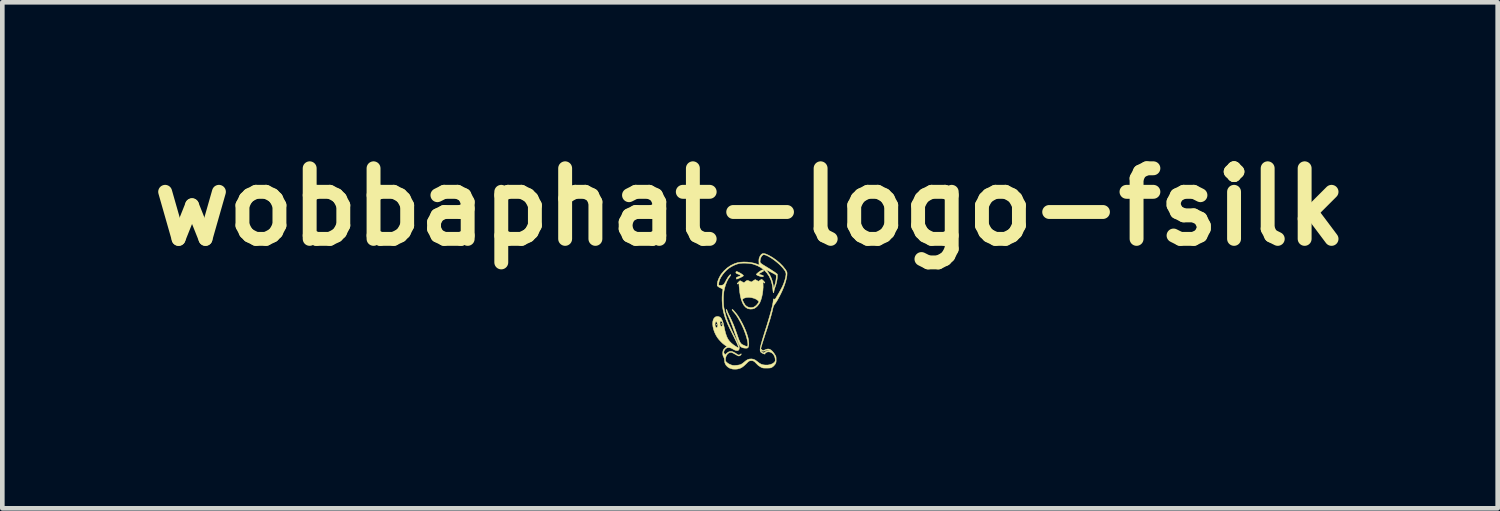
<source format=kicad_pcb>
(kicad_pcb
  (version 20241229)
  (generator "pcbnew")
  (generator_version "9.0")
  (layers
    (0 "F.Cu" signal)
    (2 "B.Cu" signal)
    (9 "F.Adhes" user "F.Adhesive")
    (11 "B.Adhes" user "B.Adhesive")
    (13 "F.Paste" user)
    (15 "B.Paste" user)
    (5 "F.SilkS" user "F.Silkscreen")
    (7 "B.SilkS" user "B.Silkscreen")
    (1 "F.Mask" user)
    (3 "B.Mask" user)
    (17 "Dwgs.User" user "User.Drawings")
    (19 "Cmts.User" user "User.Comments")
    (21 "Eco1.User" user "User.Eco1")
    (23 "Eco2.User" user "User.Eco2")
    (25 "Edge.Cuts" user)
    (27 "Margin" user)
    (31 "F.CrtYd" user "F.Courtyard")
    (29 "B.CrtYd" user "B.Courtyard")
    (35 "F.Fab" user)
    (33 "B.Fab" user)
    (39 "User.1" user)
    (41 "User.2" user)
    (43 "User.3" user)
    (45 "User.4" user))
  (footprint "wobbaphat-logo-fsilk"
    (layer "F.Cu")
    (at 13.143 3.668)
    (property "Reference" "wobbaphat-logo-fsilk" (at 0 -2.25 0) (layer "F.SilkS") (effects (font (size 1.524 1.524) (thickness 0.3))))
    (attr through_hole)
    (fp_poly (pts (xy -0.725 0.288) (xy -0.718 0.294) (xy -0.717 0.296) (xy -0.723 0.299) (xy -0.725 0.299) (xy -0.732 0.293) (xy -0.732 0.291) (xy -0.728 0.286) (xy -0.725 0.288)) (stroke (width 0.01) (type solid)) (fill yes) (layer "F.SilkS"))
    (fp_poly (pts (xy -0.62 0.265) (xy -0.613 0.275) (xy -0.613 0.277) (xy -0.618 0.284) (xy -0.62 0.284) (xy -0.627 0.278) (xy -0.628 0.272) (xy -0.624 0.265) (xy -0.62 0.265)) (stroke (width 0.01) (type solid)) (fill yes) (layer "F.SilkS"))
    (fp_poly (pts (xy -0.283 -0.855) (xy -0.261 -0.847) (xy -0.235 -0.834) (xy -0.207 -0.819) (xy -0.18 -0.802) (xy -0.158 -0.786) (xy -0.145 -0.773) (xy -0.142 -0.767) (xy -0.146 -0.76) (xy -0.16 -0.75) (xy -0.185 -0.736) (xy -0.222 -0.719) (xy -0.252 -0.705) (xy -0.274 -0.696) (xy -0.286 -0.692) (xy -0.292 -0.694) (xy -0.295 -0.702) (xy -0.295 -0.702) (xy -0.297 -0.715) (xy -0.294 -0.724) (xy -0.281 -0.733) (xy -0.258 -0.743) (xy -0.247 -0.747) (xy -0.223 -0.757) (xy -0.205 -0.765) (xy -0.198 -0.77) (xy -0.203 -0.775) (xy -0.219 -0.783) (xy -0.242 -0.793) (xy -0.25 -0.797) (xy -0.279 -0.808) (xy -0.296 -0.817) (xy -0.304 -0.826) (xy -0.306 -0.835) (xy -0.302 -0.85) (xy -0.296 -0.856) (xy -0.283 -0.855)) (stroke (width 0.01) (type solid)) (fill yes) (layer "F.SilkS"))
    (fp_poly (pts (xy 0.284 -0.892) (xy 0.29 -0.884) (xy 0.291 -0.882) (xy 0.294 -0.872) (xy 0.29 -0.864) (xy 0.275 -0.855) (xy 0.263 -0.848) (xy 0.238 -0.835) (xy 0.214 -0.821) (xy 0.206 -0.815) (xy 0.195 -0.808) (xy 0.19 -0.802) (xy 0.194 -0.798) (xy 0.207 -0.793) (xy 0.233 -0.785) (xy 0.249 -0.781) (xy 0.274 -0.773) (xy 0.287 -0.765) (xy 0.29 -0.757) (xy 0.29 -0.756) (xy 0.281 -0.745) (xy 0.261 -0.743) (xy 0.229 -0.749) (xy 0.198 -0.759) (xy 0.166 -0.771) (xy 0.147 -0.781) (xy 0.138 -0.788) (xy 0.138 -0.797) (xy 0.145 -0.807) (xy 0.146 -0.807) (xy 0.168 -0.827) (xy 0.197 -0.85) (xy 0.228 -0.87) (xy 0.255 -0.885) (xy 0.257 -0.885) (xy 0.274 -0.892) (xy 0.284 -0.892)) (stroke (width 0.01) (type solid)) (fill yes) (layer "F.SilkS"))
    (fp_poly (pts (xy -0.372 -0.032) (xy -0.356 -0.017) (xy -0.336 0.005) (xy -0.313 0.032) (xy -0.29 0.061) (xy -0.269 0.089) (xy -0.26 0.101) (xy -0.211 0.182) (xy -0.163 0.269) (xy -0.12 0.359) (xy -0.083 0.449) (xy -0.054 0.534) (xy -0.044 0.568) (xy -0.034 0.614) (xy -0.028 0.661) (xy -0.026 0.705) (xy -0.029 0.743) (xy -0.035 0.771) (xy -0.039 0.779) (xy -0.049 0.791) (xy -0.06 0.797) (xy -0.078 0.799) (xy -0.095 0.799) (xy -0.132 0.796) (xy -0.165 0.787) (xy -0.169 0.785) (xy -0.184 0.778) (xy -0.197 0.769) (xy -0.21 0.757) (xy -0.221 0.742) (xy -0.234 0.721) (xy -0.247 0.693) (xy -0.262 0.658) (xy -0.279 0.613) (xy -0.299 0.558) (xy -0.323 0.49) (xy -0.34 0.441) (xy -0.368 0.362) (xy -0.393 0.293) (xy -0.417 0.23) (xy -0.442 0.169) (xy -0.469 0.107) (xy -0.488 0.064) (xy -0.503 0.028) (xy -0.512 -0.002) (xy -0.516 -0.024) (xy -0.513 -0.036) (xy -0.509 -0.037) (xy -0.503 -0.031) (xy -0.496 -0.015) (xy -0.494 -0.008) (xy -0.488 0.009) (xy -0.476 0.036) (xy -0.461 0.07) (xy -0.442 0.108) (xy -0.432 0.128) (xy -0.405 0.184) (xy -0.382 0.236) (xy -0.359 0.288) (xy -0.338 0.342) (xy -0.315 0.404) (xy -0.289 0.475) (xy -0.28 0.501) (xy -0.26 0.559) (xy -0.243 0.606) (xy -0.229 0.641) (xy -0.216 0.668) (xy -0.204 0.688) (xy -0.191 0.703) (xy -0.177 0.715) (xy -0.16 0.725) (xy -0.149 0.73) (xy -0.121 0.743) (xy -0.095 0.754) (xy -0.077 0.759) (xy -0.06 0.761) (xy -0.052 0.755) (xy -0.048 0.743) (xy -0.046 0.714) (xy -0.049 0.675) (xy -0.059 0.626) (xy -0.073 0.57) (xy -0.092 0.509) (xy -0.115 0.445) (xy -0.14 0.38) (xy -0.169 0.316) (xy -0.184 0.284) (xy -0.227 0.202) (xy -0.268 0.132) (xy -0.307 0.074) (xy -0.346 0.026) (xy -0.351 0.02) (xy -0.375 -0.008) (xy -0.387 -0.026) (xy -0.387 -0.036) (xy -0.382 -0.037) (xy -0.372 -0.032)) (stroke (width 0.01) (type solid)) (fill yes) (layer "F.SilkS"))
    (fp_poly (pts (xy 0.26 -0.682) (xy 0.275 -0.669) (xy 0.292 -0.652) (xy 0.308 -0.634) (xy 0.319 -0.619) (xy 0.321 -0.613) (xy 0.317 -0.606) (xy 0.306 -0.611) (xy 0.295 -0.62) (xy 0.279 -0.636) (xy 0.282 -0.581) (xy 0.283 -0.515) (xy 0.278 -0.444) (xy 0.268 -0.372) (xy 0.253 -0.302) (xy 0.234 -0.239) (xy 0.213 -0.187) (xy 0.212 -0.185) (xy 0.189 -0.148) (xy 0.159 -0.111) (xy 0.126 -0.081) (xy 0.094 -0.06) (xy 0.094 -0.06) (xy 0.054 -0.048) (xy 0.009 -0.045) (xy -0.035 -0.052) (xy -0.058 -0.06) (xy -0.098 -0.088) (xy -0.133 -0.127) (xy -0.162 -0.179) (xy -0.187 -0.244) (xy -0.19 -0.252) (xy -0.164 -0.252) (xy -0.161 -0.238) (xy -0.151 -0.215) (xy -0.138 -0.188) (xy -0.123 -0.162) (xy -0.109 -0.139) (xy -0.102 -0.13) (xy -0.068 -0.1) (xy -0.026 -0.082) (xy 0.019 -0.075) (xy 0.064 -0.081) (xy 0.087 -0.09) (xy 0.119 -0.111) (xy 0.15 -0.141) (xy 0.176 -0.175) (xy 0.183 -0.186) (xy 0.19 -0.201) (xy 0.188 -0.212) (xy 0.178 -0.224) (xy 0.174 -0.228) (xy 0.134 -0.257) (xy 0.086 -0.278) (xy 0.032 -0.292) (xy -0.022 -0.298) (xy -0.075 -0.295) (xy -0.121 -0.283) (xy -0.133 -0.277) (xy -0.151 -0.266) (xy -0.163 -0.256) (xy -0.164 -0.252) (xy -0.19 -0.252) (xy -0.208 -0.322) (xy -0.223 -0.414) (xy -0.234 -0.519) (xy -0.236 -0.539) (xy -0.24 -0.605) (xy -0.258 -0.593) (xy -0.271 -0.585) (xy -0.276 -0.587) (xy -0.276 -0.592) (xy -0.271 -0.602) (xy -0.259 -0.617) (xy -0.243 -0.634) (xy -0.228 -0.648) (xy -0.216 -0.657) (xy -0.214 -0.657) (xy -0.207 -0.654) (xy -0.19 -0.646) (xy -0.171 -0.635) (xy -0.131 -0.613) (xy -0.1 -0.639) (xy -0.078 -0.656) (xy -0.06 -0.663) (xy -0.042 -0.661) (xy -0.018 -0.651) (xy -0.009 -0.647) (xy 0.027 -0.629) (xy 0.069 -0.656) (xy 0.112 -0.682) (xy 0.148 -0.663) (xy 0.183 -0.644) (xy 0.213 -0.665) (xy 0.232 -0.678) (xy 0.247 -0.686) (xy 0.251 -0.687) (xy 0.26 -0.682)) (stroke (width 0.01) (type solid)) (fill yes) (layer "F.SilkS"))
    (fp_poly (pts (xy 0.334 -1.236) (xy 0.377 -1.218) (xy 0.406 -1.204) (xy 0.487 -1.158) (xy 0.566 -1.102) (xy 0.641 -1.039) (xy 0.707 -0.972) (xy 0.761 -0.905) (xy 0.779 -0.877) (xy 0.791 -0.858) (xy 0.797 -0.841) (xy 0.799 -0.822) (xy 0.799 -0.803) (xy 0.796 -0.761) (xy 0.786 -0.709) (xy 0.771 -0.649) (xy 0.751 -0.584) (xy 0.736 -0.542) (xy 0.717 -0.493) (xy 0.694 -0.439) (xy 0.667 -0.382) (xy 0.638 -0.325) (xy 0.61 -0.272) (xy 0.583 -0.225) (xy 0.559 -0.187) (xy 0.548 -0.172) (xy 0.529 -0.145) (xy 0.515 -0.123) (xy 0.505 -0.101) (xy 0.497 -0.074) (xy 0.488 -0.037) (xy 0.478 0.008) (xy 0.466 0.055) (xy 0.452 0.105) (xy 0.436 0.162) (xy 0.416 0.225) (xy 0.393 0.297) (xy 0.367 0.381) (xy 0.336 0.474) (xy 0.316 0.534) (xy 0.298 0.592) (xy 0.281 0.644) (xy 0.266 0.69) (xy 0.255 0.728) (xy 0.247 0.754) (xy 0.243 0.766) (xy 0.232 0.811) (xy 0.254 0.833) (xy 0.269 0.846) (xy 0.28 0.851) (xy 0.294 0.848) (xy 0.301 0.845) (xy 0.337 0.83) (xy 0.364 0.821) (xy 0.384 0.817) (xy 0.401 0.817) (xy 0.418 0.821) (xy 0.42 0.821) (xy 0.45 0.837) (xy 0.482 0.865) (xy 0.515 0.905) (xy 0.546 0.953) (xy 0.556 0.97) (xy 0.561 0.989) (xy 0.563 1.013) (xy 0.564 1.046) (xy 0.564 1.079) (xy 0.561 1.102) (xy 0.556 1.12) (xy 0.547 1.138) (xy 0.541 1.147) (xy 0.512 1.182) (xy 0.482 1.206) (xy 0.466 1.216) (xy 0.451 1.222) (xy 0.435 1.226) (xy 0.414 1.228) (xy 0.384 1.229) (xy 0.359 1.229) (xy 0.322 1.229) (xy 0.295 1.228) (xy 0.275 1.225) (xy 0.259 1.22) (xy 0.241 1.211) (xy 0.225 1.203) (xy 0.179 1.172) (xy 0.137 1.131) (xy 0.108 1.101) (xy 0.083 1.081) (xy 0.058 1.071) (xy 0.03 1.069) (xy 0.015 1.07) (xy -0.002 1.072) (xy -0.015 1.076) (xy -0.029 1.084) (xy -0.046 1.098) (xy -0.068 1.12) (xy -0.085 1.137) (xy -0.133 1.182) (xy -0.177 1.215) (xy -0.22 1.236) (xy -0.265 1.248) (xy -0.301 1.252) (xy -0.333 1.252) (xy -0.364 1.251) (xy -0.386 1.248) (xy -0.441 1.23) (xy -0.486 1.201) (xy -0.52 1.164) (xy -0.543 1.118) (xy -0.552 1.065) (xy -0.552 1.055) (xy -0.556 1.021) (xy -0.566 0.996) (xy -0.569 0.991) (xy -0.583 0.962) (xy -0.589 0.926) (xy -0.589 0.887) (xy -0.582 0.852) (xy -0.577 0.84) (xy -0.557 0.809) (xy -0.532 0.787) (xy -0.513 0.775) (xy -0.491 0.764) (xy -0.527 0.744) (xy -0.56 0.72) (xy -0.599 0.688) (xy -0.638 0.649) (xy -0.674 0.609) (xy -0.704 0.57) (xy -0.707 0.566) (xy -0.741 0.508) (xy -0.768 0.449) (xy -0.788 0.39) (xy -0.801 0.332) (xy -0.806 0.277) (xy -0.806 0.276) (xy -0.755 0.276) (xy -0.754 0.306) (xy -0.746 0.334) (xy -0.738 0.35) (xy -0.725 0.357) (xy -0.712 0.352) (xy -0.703 0.336) (xy -0.702 0.331) (xy -0.699 0.305) (xy -0.702 0.278) (xy -0.706 0.265) (xy -0.648 0.265) (xy -0.648 0.271) (xy -0.642 0.3) (xy -0.633 0.319) (xy -0.621 0.328) (xy -0.609 0.325) (xy -0.599 0.309) (xy -0.596 0.3) (xy -0.594 0.272) (xy -0.6 0.243) (xy -0.613 0.22) (xy -0.618 0.216) (xy -0.63 0.211) (xy -0.641 0.22) (xy -0.647 0.238) (xy -0.648 0.265) (xy -0.706 0.265) (xy -0.709 0.255) (xy -0.718 0.236) (xy -0.728 0.226) (xy -0.739 0.228) (xy -0.74 0.229) (xy -0.751 0.249) (xy -0.755 0.276) (xy -0.806 0.276) (xy -0.804 0.228) (xy -0.794 0.185) (xy -0.776 0.151) (xy -0.75 0.127) (xy -0.743 0.123) (xy -0.707 0.114) (xy -0.671 0.119) (xy -0.643 0.133) (xy -0.622 0.155) (xy -0.603 0.189) (xy -0.585 0.236) (xy -0.569 0.296) (xy -0.56 0.336) (xy -0.543 0.415) (xy -0.526 0.481) (xy -0.507 0.537) (xy -0.487 0.583) (xy -0.463 0.623) (xy -0.435 0.658) (xy -0.402 0.691) (xy -0.367 0.72) (xy -0.341 0.739) (xy -0.314 0.757) (xy -0.288 0.773) (xy -0.267 0.785) (xy -0.254 0.791) (xy -0.251 0.791) (xy -0.25 0.78) (xy -0.256 0.756) (xy -0.269 0.721) (xy -0.289 0.676) (xy -0.315 0.621) (xy -0.347 0.556) (xy -0.362 0.527) (xy -0.409 0.433) (xy -0.45 0.349) (xy -0.484 0.274) (xy -0.512 0.206) (xy -0.536 0.143) (xy -0.555 0.082) (xy -0.571 0.023) (xy -0.583 -0.032) (xy -0.593 -0.092) (xy -0.599 -0.159) (xy -0.603 -0.23) (xy -0.603 -0.3) (xy -0.6 -0.365) (xy -0.593 -0.423) (xy -0.586 -0.459) (xy -0.586 -0.468) (xy -0.591 -0.476) (xy -0.605 -0.485) (xy -0.63 -0.498) (xy -0.635 -0.5) (xy -0.669 -0.517) (xy -0.691 -0.532) (xy -0.703 -0.546) (xy -0.707 -0.557) (xy -0.676 -0.557) (xy -0.642 -0.557) (xy -0.609 -0.559) (xy -0.584 -0.567) (xy -0.564 -0.583) (xy -0.546 -0.609) (xy -0.53 -0.638) (xy -0.513 -0.671) (xy -0.493 -0.704) (xy -0.473 -0.736) (xy -0.453 -0.762) (xy -0.437 -0.78) (xy -0.428 -0.788) (xy -0.417 -0.788) (xy -0.416 -0.78) (xy -0.423 -0.765) (xy -0.43 -0.756) (xy -0.466 -0.704) (xy -0.499 -0.641) (xy -0.528 -0.569) (xy -0.55 -0.491) (xy -0.564 -0.424) (xy -0.57 -0.372) (xy -0.574 -0.312) (xy -0.575 -0.247) (xy -0.573 -0.183) (xy -0.57 -0.124) (xy -0.564 -0.078) (xy -0.551 -0.012) (xy -0.535 0.052) (xy -0.516 0.118) (xy -0.492 0.188) (xy -0.463 0.262) (xy -0.427 0.343) (xy -0.385 0.434) (xy -0.346 0.515) (xy -0.315 0.578) (xy -0.29 0.629) (xy -0.271 0.67) (xy -0.256 0.702) (xy -0.246 0.728) (xy -0.239 0.747) (xy -0.234 0.763) (xy -0.232 0.776) (xy -0.232 0.789) (xy -0.232 0.792) (xy -0.236 0.824) (xy -0.25 0.844) (xy -0.273 0.853) (xy -0.303 0.85) (xy -0.34 0.835) (xy -0.363 0.822) (xy -0.41 0.797) (xy -0.453 0.786) (xy -0.49 0.789) (xy -0.522 0.805) (xy -0.547 0.834) (xy -0.553 0.845) (xy -0.565 0.873) (xy -0.566 0.894) (xy -0.558 0.914) (xy -0.553 0.921) (xy -0.537 0.941) (xy -0.508 0.912) (xy -0.474 0.886) (xy -0.436 0.87) (xy -0.407 0.867) (xy -0.385 0.872) (xy -0.355 0.885) (xy -0.319 0.904) (xy -0.292 0.922) (xy -0.267 0.938) (xy -0.249 0.946) (xy -0.236 0.947) (xy -0.222 0.94) (xy -0.214 0.933) (xy -0.199 0.923) (xy -0.19 0.921) (xy -0.19 0.921) (xy -0.189 0.93) (xy -0.198 0.944) (xy -0.212 0.957) (xy -0.226 0.964) (xy -0.239 0.968) (xy -0.253 0.966) (xy -0.272 0.957) (xy -0.282 0.952) (xy -0.323 0.929) (xy -0.353 0.912) (xy -0.375 0.901) (xy -0.391 0.894) (xy -0.402 0.89) (xy -0.412 0.889) (xy -0.413 0.889) (xy -0.447 0.896) (xy -0.477 0.915) (xy -0.502 0.945) (xy -0.52 0.983) (xy -0.529 1.026) (xy -0.53 1.046) (xy -0.529 1.07) (xy -0.521 1.087) (xy -0.51 1.099) (xy -0.487 1.119) (xy -0.468 1.132) (xy -0.446 1.144) (xy -0.42 1.155) (xy -0.397 1.164) (xy -0.377 1.169) (xy -0.354 1.171) (xy -0.323 1.171) (xy -0.31 1.17) (xy -0.275 1.167) (xy -0.24 1.162) (xy -0.213 1.156) (xy -0.208 1.154) (xy -0.181 1.141) (xy -0.148 1.118) (xy -0.12 1.095) (xy -0.082 1.064) (xy -0.049 1.045) (xy -0.014 1.034) (xy 0.026 1.031) (xy 0.031 1.031) (xy 0.07 1.037) (xy 0.11 1.054) (xy 0.152 1.084) (xy 0.164 1.094) (xy 0.206 1.126) (xy 0.246 1.147) (xy 0.29 1.159) (xy 0.329 1.163) (xy 0.385 1.163) (xy 0.437 1.153) (xy 0.483 1.135) (xy 0.519 1.11) (xy 0.536 1.091) (xy 0.544 1.074) (xy 0.545 1.056) (xy 0.54 1.009) (xy 0.525 0.966) (xy 0.502 0.93) (xy 0.472 0.902) (xy 0.438 0.884) (xy 0.402 0.878) (xy 0.375 0.881) (xy 0.348 0.892) (xy 0.33 0.903) (xy 0.324 0.915) (xy 0.325 0.92) (xy 0.325 0.926) (xy 0.314 0.926) (xy 0.297 0.921) (xy 0.277 0.913) (xy 0.256 0.902) (xy 0.25 0.898) (xy 0.232 0.884) (xy 0.223 0.87) (xy 0.219 0.851) (xy 0.219 0.849) (xy 0.234 0.849) (xy 0.236 0.855) (xy 0.245 0.867) (xy 0.261 0.881) (xy 0.267 0.885) (xy 0.293 0.903) (xy 0.326 0.879) (xy 0.349 0.865) (xy 0.37 0.858) (xy 0.397 0.855) (xy 0.404 0.855) (xy 0.429 0.854) (xy 0.44 0.85) (xy 0.436 0.846) (xy 0.418 0.841) (xy 0.402 0.839) (xy 0.37 0.839) (xy 0.339 0.85) (xy 0.338 0.851) (xy 0.3 0.864) (xy 0.269 0.864) (xy 0.248 0.855) (xy 0.237 0.848) (xy 0.234 0.849) (xy 0.219 0.849) (xy 0.218 0.84) (xy 0.218 0.824) (xy 0.22 0.804) (xy 0.224 0.779) (xy 0.231 0.749) (xy 0.24 0.712) (xy 0.253 0.666) (xy 0.269 0.611) (xy 0.289 0.545) (xy 0.313 0.467) (xy 0.331 0.41) (xy 0.367 0.297) (xy 0.397 0.197) (xy 0.423 0.109) (xy 0.445 0.032) (xy 0.463 -0.035) (xy 0.477 -0.093) (xy 0.488 -0.144) (xy 0.496 -0.188) (xy 0.501 -0.226) (xy 0.502 -0.238) (xy 0.506 -0.256) (xy 0.513 -0.266) (xy 0.519 -0.267) (xy 0.523 -0.256) (xy 0.523 -0.253) (xy 0.523 -0.235) (xy 0.538 -0.254) (xy 0.552 -0.274) (xy 0.571 -0.305) (xy 0.594 -0.343) (xy 0.619 -0.385) (xy 0.644 -0.43) (xy 0.668 -0.473) (xy 0.689 -0.512) (xy 0.702 -0.538) (xy 0.723 -0.587) (xy 0.742 -0.639) (xy 0.758 -0.692) (xy 0.77 -0.741) (xy 0.776 -0.782) (xy 0.777 -0.797) (xy 0.775 -0.821) (xy 0.768 -0.844) (xy 0.755 -0.87) (xy 0.734 -0.9) (xy 0.711 -0.929) (xy 0.674 -0.97) (xy 0.632 -1.012) (xy 0.586 -1.052) (xy 0.538 -1.091) (xy 0.489 -1.126) (xy 0.441 -1.158) (xy 0.396 -1.184) (xy 0.356 -1.204) (xy 0.321 -1.216) (xy 0.294 -1.219) (xy 0.281 -1.216) (xy 0.256 -1.195) (xy 0.237 -1.164) (xy 0.223 -1.126) (xy 0.217 -1.084) (xy 0.217 -1.078) (xy 0.217 -1.066) (xy 0.219 -1.056) (xy 0.224 -1.046) (xy 0.233 -1.036) (xy 0.248 -1.023) (xy 0.271 -1.007) (xy 0.303 -0.987) (xy 0.344 -0.962) (xy 0.383 -0.938) (xy 0.424 -0.913) (xy 0.464 -0.887) (xy 0.5 -0.863) (xy 0.53 -0.844) (xy 0.541 -0.836) (xy 0.59 -0.799) (xy 0.59 -0.749) (xy 0.586 -0.699) (xy 0.577 -0.642) (xy 0.562 -0.582) (xy 0.544 -0.526) (xy 0.541 -0.519) (xy 0.53 -0.487) (xy 0.522 -0.455) (xy 0.517 -0.431) (xy 0.514 -0.407) (xy 0.509 -0.397) (xy 0.504 -0.4) (xy 0.499 -0.415) (xy 0.495 -0.442) (xy 0.492 -0.479) (xy 0.478 -0.576) (xy 0.453 -0.667) (xy 0.415 -0.749) (xy 0.366 -0.823) (xy 0.307 -0.887) (xy 0.294 -0.897) (xy 0.344 -0.897) (xy 0.379 -0.852) (xy 0.425 -0.785) (xy 0.462 -0.708) (xy 0.489 -0.624) (xy 0.505 -0.537) (xy 0.508 -0.515) (xy 0.511 -0.504) (xy 0.515 -0.503) (xy 0.521 -0.515) (xy 0.529 -0.54) (xy 0.539 -0.578) (xy 0.542 -0.587) (xy 0.554 -0.639) (xy 0.562 -0.686) (xy 0.566 -0.726) (xy 0.566 -0.757) (xy 0.562 -0.778) (xy 0.56 -0.781) (xy 0.55 -0.789) (xy 0.529 -0.801) (xy 0.5 -0.817) (xy 0.465 -0.835) (xy 0.447 -0.845) (xy 0.344 -0.897) (xy 0.294 -0.897) (xy 0.237 -0.94) (xy 0.158 -0.983) (xy 0.069 -1.015) (xy 0.063 -1.017) (xy 0.012 -1.027) (xy -0.047 -1.034) (xy -0.108 -1.037) (xy -0.167 -1.036) (xy -0.219 -1.032) (xy -0.239 -1.028) (xy -0.3 -1.01) (xy -0.365 -0.982) (xy -0.427 -0.947) (xy -0.452 -0.93) (xy -0.503 -0.889) (xy -0.55 -0.841) (xy -0.592 -0.789) (xy -0.627 -0.735) (xy -0.654 -0.682) (xy -0.67 -0.631) (xy -0.675 -0.594) (xy -0.676 -0.557) (xy -0.707 -0.557) (xy -0.708 -0.563) (xy -0.708 -0.585) (xy -0.707 -0.599) (xy -0.699 -0.638) (xy -0.684 -0.683) (xy -0.662 -0.73) (xy -0.637 -0.775) (xy -0.621 -0.8) (xy -0.561 -0.871) (xy -0.493 -0.933) (xy -0.418 -0.985) (xy -0.338 -1.024) (xy -0.271 -1.046) (xy -0.208 -1.057) (xy -0.136 -1.061) (xy -0.061 -1.059) (xy 0.016 -1.05) (xy 0.088 -1.036) (xy 0.152 -1.015) (xy 0.155 -1.014) (xy 0.202 -0.995) (xy 0.196 -1.015) (xy 0.193 -1.033) (xy 0.192 -1.059) (xy 0.191 -1.087) (xy 0.193 -1.123) (xy 0.2 -1.152) (xy 0.211 -1.177) (xy 0.23 -1.209) (xy 0.25 -1.231) (xy 0.272 -1.242) (xy 0.3 -1.244) (xy 0.334 -1.236)) (stroke (width 0.01) (type solid)) (fill yes) (layer "F.SilkS")))
  (gr_rect
    (start -3 -3)
    (end 29.285 7.925)
    (stroke (width 0.1) (type default))
    (fill no)
    (layer "Edge.Cuts")))
</source>
